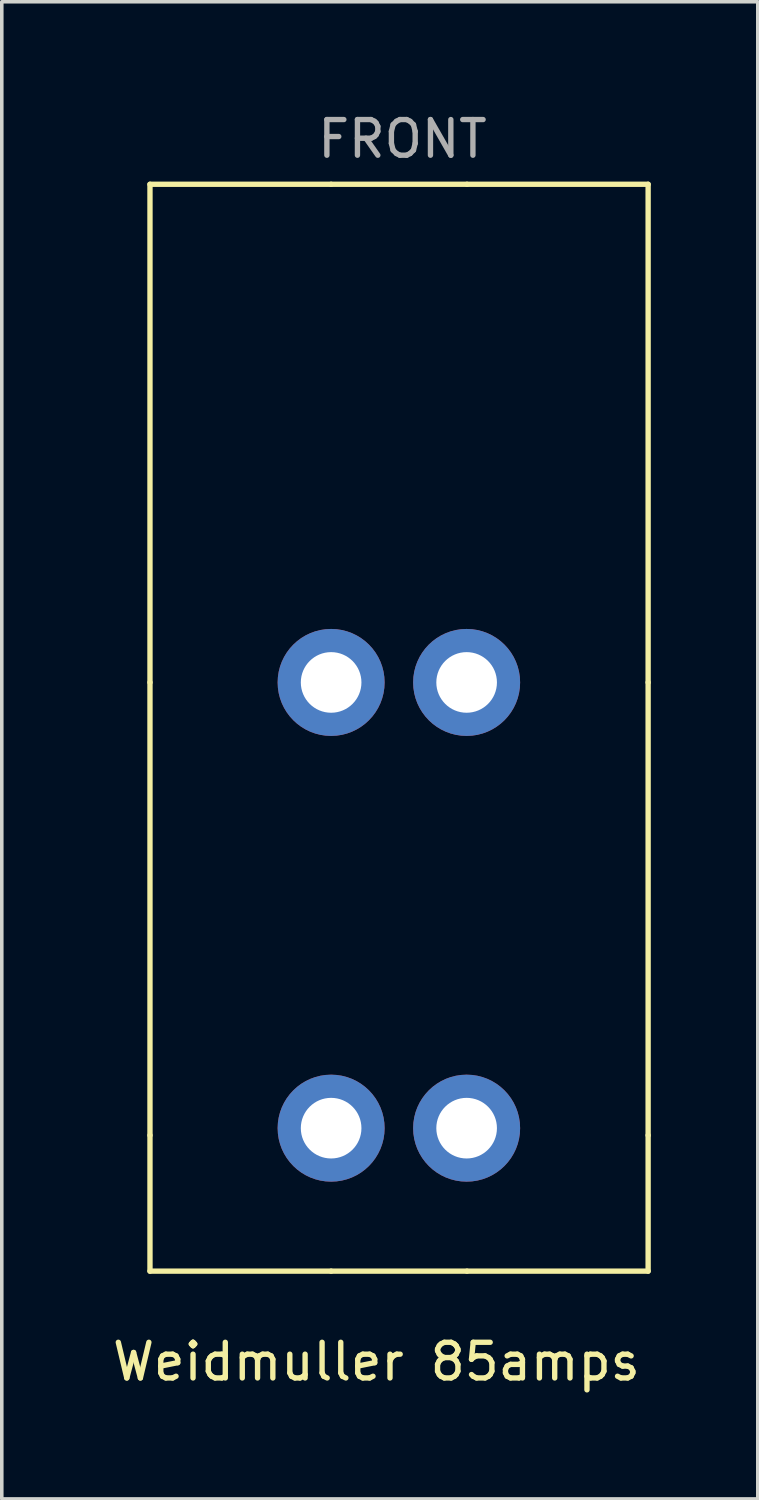
<source format=kicad_pcb>
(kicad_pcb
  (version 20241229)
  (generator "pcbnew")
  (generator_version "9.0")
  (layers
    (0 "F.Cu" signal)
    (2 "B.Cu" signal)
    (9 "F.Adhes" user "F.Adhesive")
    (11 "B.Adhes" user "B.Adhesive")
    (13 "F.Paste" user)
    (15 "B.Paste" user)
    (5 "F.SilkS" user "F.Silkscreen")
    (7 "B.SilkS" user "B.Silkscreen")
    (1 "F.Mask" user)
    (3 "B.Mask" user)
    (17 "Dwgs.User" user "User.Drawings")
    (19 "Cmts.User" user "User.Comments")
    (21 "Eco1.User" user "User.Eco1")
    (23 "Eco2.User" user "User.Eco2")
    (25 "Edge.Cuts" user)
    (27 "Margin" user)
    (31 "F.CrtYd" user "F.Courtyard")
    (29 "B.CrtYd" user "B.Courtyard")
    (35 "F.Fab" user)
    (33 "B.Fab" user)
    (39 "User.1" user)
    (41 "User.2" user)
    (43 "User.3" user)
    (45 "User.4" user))
  (footprint "Weidmuller 85amps"
    (layer "F.Cu")
    (at 6.236 16.088)
    (property "Reference" "Weidmuller 85amps" (at 1.27 19.05 0) (layer "F.SilkS") (effects (font (size 1 1) (thickness 0.15))))
    (attr through_hole)
    (fp_line (start -5.08 -13.97) (end 0 -13.97) (stroke (width 0.15) (type solid)) (layer "F.SilkS"))
    (fp_line (start -5.08 0) (end -5.08 -13.97) (stroke (width 0.15) (type solid)) (layer "F.SilkS"))
    (fp_line (start -5.08 0) (end -5.08 12.7) (stroke (width 0.15) (type solid)) (layer "F.SilkS"))
    (fp_line (start -5.08 16.51) (end -5.08 12.7) (stroke (width 0.15) (type solid)) (layer "F.SilkS"))
    (fp_line (start 0 -13.97) (end 3.81 -13.97) (stroke (width 0.15) (type solid)) (layer "F.SilkS"))
    (fp_line (start 0 16.51) (end -5.08 16.51) (stroke (width 0.15) (type solid)) (layer "F.SilkS"))
    (fp_line (start 0 16.51) (end 3.81 16.51) (stroke (width 0.15) (type solid)) (layer "F.SilkS"))
    (fp_line (start 3.81 16.51) (end 8.89 16.51) (stroke (width 0.15) (type solid)) (layer "F.SilkS"))
    (fp_line (start 8.89 -13.97) (end 3.81 -13.97) (stroke (width 0.15) (type solid)) (layer "F.SilkS"))
    (fp_line (start 8.89 0) (end 8.89 -13.97) (stroke (width 0.15) (type solid)) (layer "F.SilkS"))
    (fp_line (start 8.89 0) (end 8.89 12.7) (stroke (width 0.15) (type solid)) (layer "F.SilkS"))
    (fp_line (start 8.89 16.51) (end 8.89 12.7) (stroke (width 0.15) (type solid)) (layer "F.SilkS"))
    (fp_text user "FRONT" (at 2 -15.24 0) (layer "F.Fab") (effects (font (size 1 1) (thickness 0.15))))
    (pad "1" thru_hole circle (at 0 0) (size 3 3) (drill 1.7) (layers "*.Cu" "*.Mask"))
    (pad "1" thru_hole circle (at 0 12.5) (size 3 3) (drill 1.7) (layers "*.Cu" "*.Mask"))
    (pad "1" thru_hole circle (at 3.8 0) (size 3 3) (drill 1.7) (layers "*.Cu" "*.Mask"))
    (pad "1" thru_hole circle (at 3.8 12.5) (size 3 3) (drill 1.7) (layers "*.Cu" "*.Mask")))
  (gr_rect
    (start -3 -3)
    (end 18.201 38.986)
    (stroke (width 0.1) (type default))
    (fill no)
    (layer "Edge.Cuts")))
</source>
